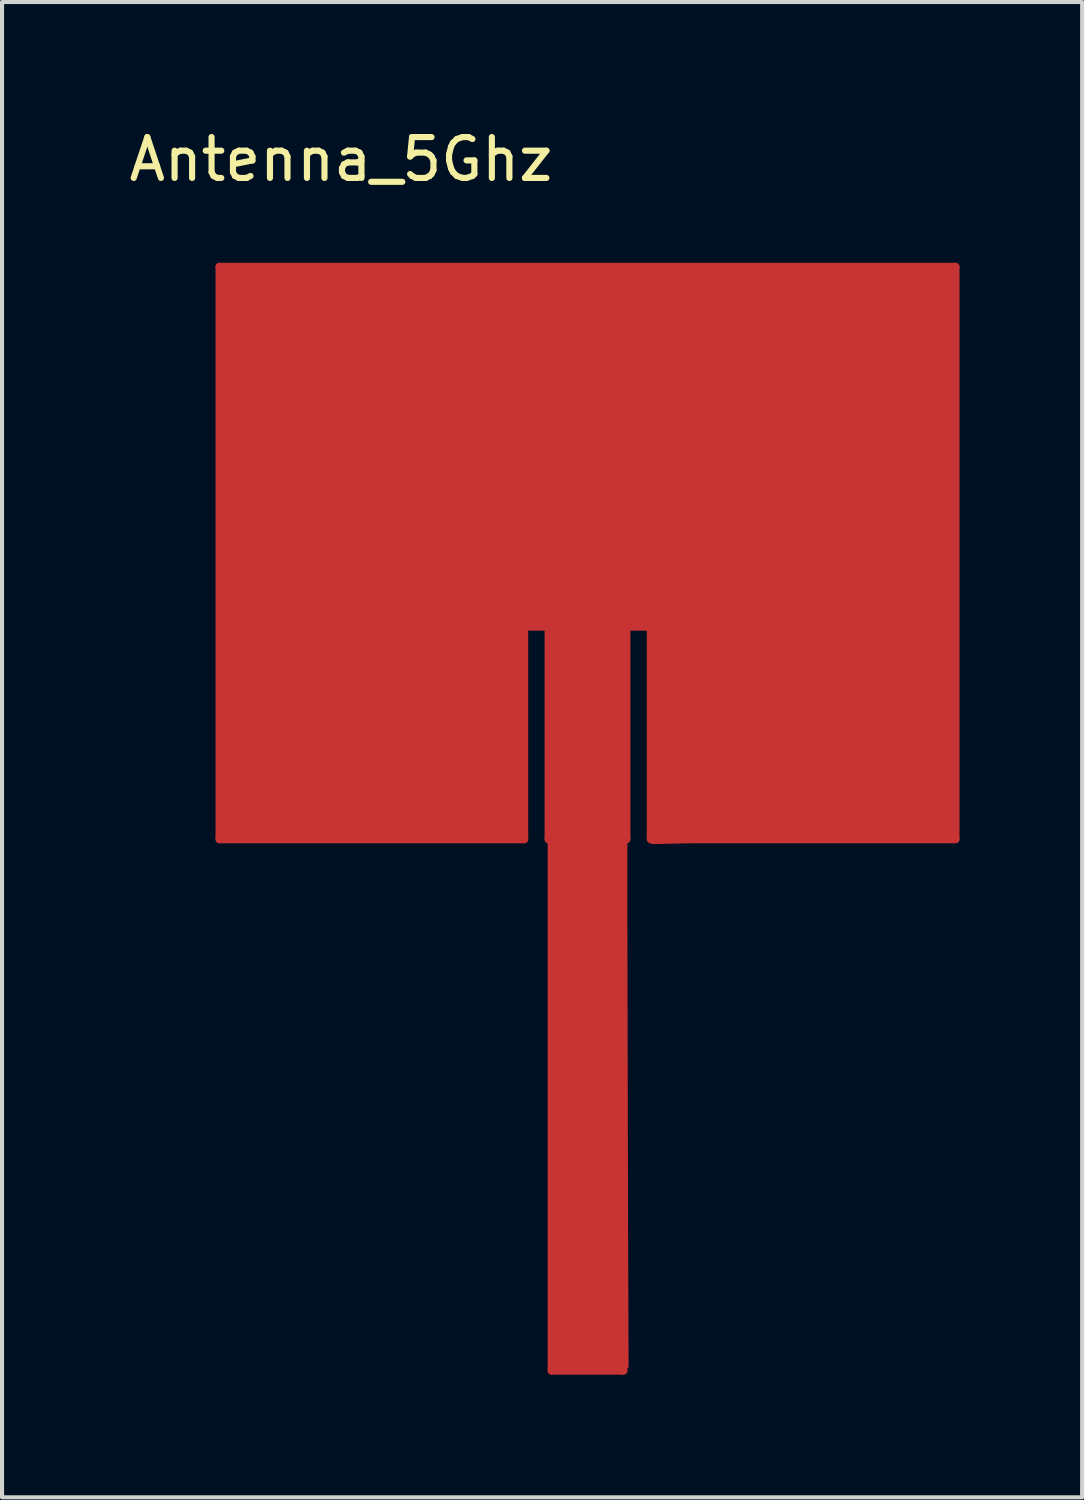
<source format=kicad_pcb>
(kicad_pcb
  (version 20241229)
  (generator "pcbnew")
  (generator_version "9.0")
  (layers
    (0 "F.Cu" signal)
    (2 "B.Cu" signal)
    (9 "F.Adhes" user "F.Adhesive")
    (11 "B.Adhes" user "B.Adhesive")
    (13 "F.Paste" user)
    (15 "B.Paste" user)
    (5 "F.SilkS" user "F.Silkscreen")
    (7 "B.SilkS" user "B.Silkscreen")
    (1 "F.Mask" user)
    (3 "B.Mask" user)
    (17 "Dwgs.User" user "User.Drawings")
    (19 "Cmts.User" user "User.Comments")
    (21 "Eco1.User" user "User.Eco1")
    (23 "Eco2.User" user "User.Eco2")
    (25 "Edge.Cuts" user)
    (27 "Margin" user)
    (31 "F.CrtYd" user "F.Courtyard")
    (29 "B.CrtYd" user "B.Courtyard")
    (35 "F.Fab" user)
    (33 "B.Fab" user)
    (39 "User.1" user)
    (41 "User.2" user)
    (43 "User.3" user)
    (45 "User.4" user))
  (footprint "Antenna_5Ghz"
    (layer "F.Cu")
    (at 11.642 13.548)
    (property "Reference" "Antenna_5Ghz" (at -6.35 -12.7 0) (layer "F.SilkS") (effects (font (size 1 1) (thickness 0.15))))
    (attr through_hole)
    (fp_line (start -9.32 -10.07) (end -9.32 3.93) (stroke (width 0.2) (type solid)) (layer "F.Cu"))
    (fp_line (start -9.32 3.93) (end -1.87 3.93) (stroke (width 0.2) (type solid)) (layer "F.Cu"))
    (fp_line (start -1.87 -1.27) (end -1.27 -1.27) (stroke (width 0.2) (type solid)) (layer "F.Cu"))
    (fp_line (start -1.87 3.93) (end -1.87 -1.27) (stroke (width 0.2) (type solid)) (layer "F.Cu"))
    (fp_line (start -1.27 -1.27) (end -1.27 3.93) (stroke (width 0.2) (type solid)) (layer "F.Cu"))
    (fp_line (start -1.27 3.93) (end -1.195 3.93) (stroke (width 0.2) (type solid)) (layer "F.Cu"))
    (fp_line (start -1.195 3.93) (end -1.195 16.93) (stroke (width 0.2) (type solid)) (layer "F.Cu"))
    (fp_line (start -1.195 16.93) (end 0.555 16.93) (stroke (width 0.2) (type solid)) (layer "F.Cu"))
    (fp_line (start 0.555 3.93) (end 0.63 3.93) (stroke (width 0.2) (type solid)) (layer "F.Cu"))
    (fp_line (start 0.555 16.93) (end 0.555 3.93) (stroke (width 0.2) (type solid)) (layer "F.Cu"))
    (fp_line (start 0.63 -1.27) (end 1.23 -1.27) (stroke (width 0.2) (type solid)) (layer "F.Cu"))
    (fp_line (start 0.63 3.93) (end 0.63 -1.27) (stroke (width 0.2) (type solid)) (layer "F.Cu"))
    (fp_line (start 1.23 -1.27) (end 1.23 3.93) (stroke (width 0.2) (type solid)) (layer "F.Cu"))
    (fp_line (start 1.23 3.93) (end 8.68 3.93) (stroke (width 0.2) (type solid)) (layer "F.Cu"))
    (fp_line (start 8.68 -10.07) (end -9.32 -10.07) (stroke (width 0.2) (type solid)) (layer "F.Cu"))
    (fp_line (start 8.68 3.93) (end 8.68 -10.07) (stroke (width 0.2) (type solid)) (layer "F.Cu"))
    (fp_poly (pts (xy 8.7 3.81) (xy 1.27 4) (xy 1.206 -1.397) (xy 0.572 -1.27) (xy 0.635 16.828) (xy -1.143 16.891) (xy -1.206 -1.27) (xy -1.841 -1.27) (xy -1.841 3.937) (xy -9.335 3.937) (xy -9.271 -10.033) (xy 8.636 -10.033)) (stroke (width 0.1) (type solid)) (fill yes) (layer "F.Cu")))
  (gr_rect
    (start -3 -3)
    (end 23.422 33.578)
    (stroke (width 0.1) (type default))
    (fill no)
    (layer "Edge.Cuts")))
</source>
